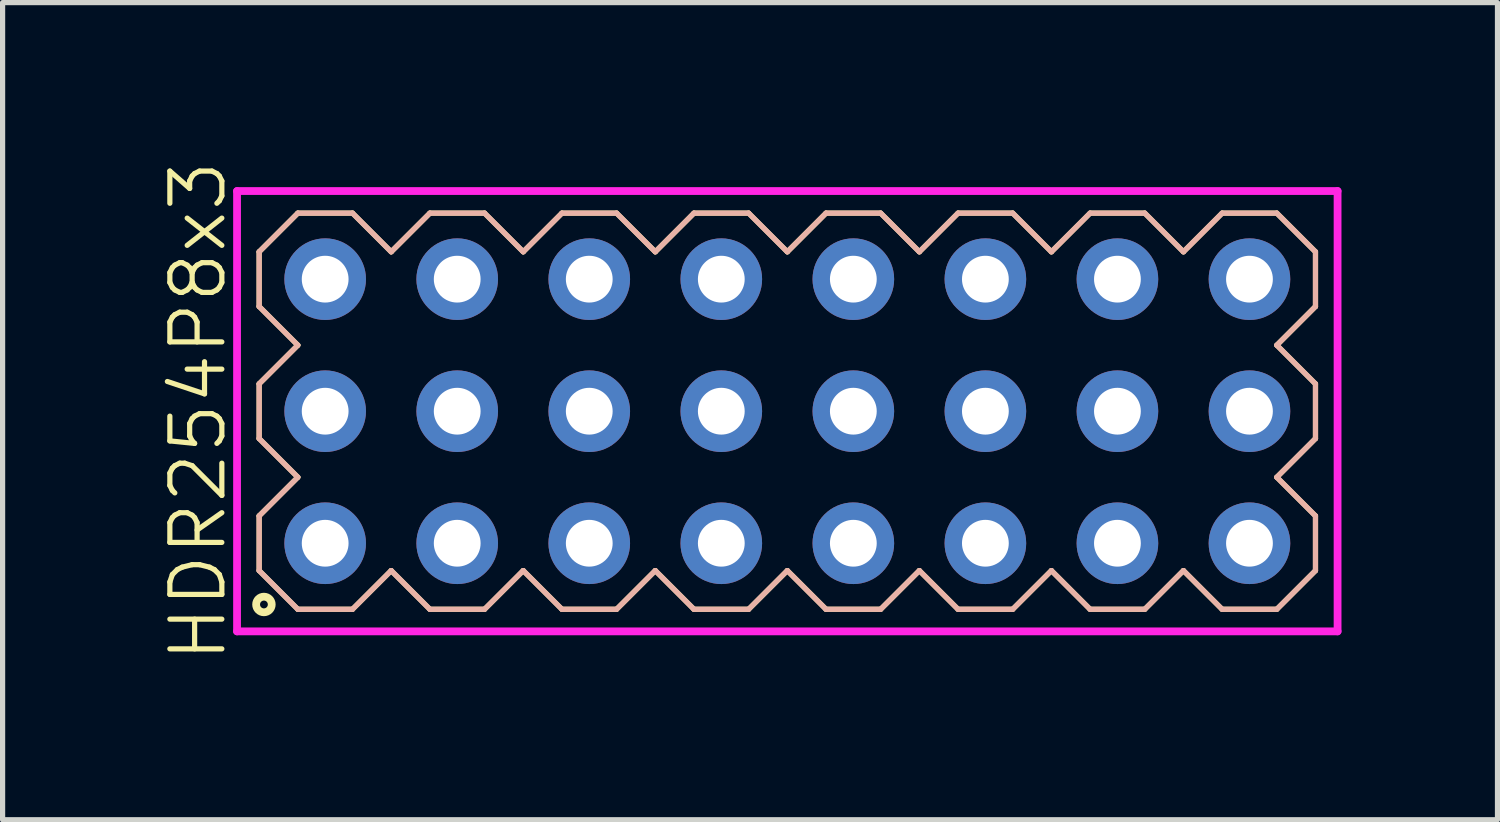
<source format=kicad_pcb>
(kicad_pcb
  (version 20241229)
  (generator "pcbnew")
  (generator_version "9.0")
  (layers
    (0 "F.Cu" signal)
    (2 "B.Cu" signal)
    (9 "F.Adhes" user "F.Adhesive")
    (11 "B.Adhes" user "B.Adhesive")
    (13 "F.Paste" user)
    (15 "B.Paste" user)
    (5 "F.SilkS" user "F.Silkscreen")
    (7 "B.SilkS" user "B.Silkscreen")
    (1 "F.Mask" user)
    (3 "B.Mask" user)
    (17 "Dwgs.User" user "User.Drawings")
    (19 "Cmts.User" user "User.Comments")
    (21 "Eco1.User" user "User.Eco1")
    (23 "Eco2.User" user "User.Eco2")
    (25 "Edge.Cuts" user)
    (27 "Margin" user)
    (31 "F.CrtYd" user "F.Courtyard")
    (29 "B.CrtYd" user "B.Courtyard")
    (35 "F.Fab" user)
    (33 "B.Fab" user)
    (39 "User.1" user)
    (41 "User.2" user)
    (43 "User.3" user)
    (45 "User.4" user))
  (footprint "HDR254P8x3"
    (layer "F.Cu")
    (at 12.095 4.86)
    (property "Reference" "HDR254P8x3" (at -11.335 0 90) (layer "F.SilkS") (effects (font (size 1 1) (thickness 0.1))))
    (attr through_hole)
    (fp_line (start -10.16 -3.066) (end -9.416 -3.81) (stroke (width 0.1) (type solid)) (layer "F.SilkS"))
    (fp_line (start -10.16 -2.014) (end -10.16 -3.066) (stroke (width 0.1) (type solid)) (layer "F.SilkS"))
    (fp_line (start -10.16 -0.526) (end -9.416 -1.27) (stroke (width 0.1) (type solid)) (layer "F.SilkS"))
    (fp_line (start -10.16 0.526) (end -10.16 -0.526) (stroke (width 0.1) (type solid)) (layer "F.SilkS"))
    (fp_line (start -10.16 2.014) (end -9.416 1.27) (stroke (width 0.1) (type solid)) (layer "F.SilkS"))
    (fp_line (start -10.16 3.066) (end -10.16 2.014) (stroke (width 0.1) (type solid)) (layer "F.SilkS"))
    (fp_line (start -9.416 -3.81) (end -8.364 -3.81) (stroke (width 0.1) (type solid)) (layer "F.SilkS"))
    (fp_line (start -9.416 -1.27) (end -10.16 -2.014) (stroke (width 0.1) (type solid)) (layer "F.SilkS"))
    (fp_line (start -9.416 1.27) (end -10.16 0.526) (stroke (width 0.1) (type solid)) (layer "F.SilkS"))
    (fp_line (start -9.416 3.81) (end -10.16 3.066) (stroke (width 0.1) (type solid)) (layer "F.SilkS"))
    (fp_line (start -8.364 -3.81) (end -7.62 -3.066) (stroke (width 0.1) (type solid)) (layer "F.SilkS"))
    (fp_line (start -8.364 3.81) (end -9.416 3.81) (stroke (width 0.1) (type solid)) (layer "F.SilkS"))
    (fp_line (start -7.62 -3.066) (end -6.876 -3.81) (stroke (width 0.1) (type solid)) (layer "F.SilkS"))
    (fp_line (start -7.62 3.066) (end -8.364 3.81) (stroke (width 0.1) (type solid)) (layer "F.SilkS"))
    (fp_line (start -6.876 -3.81) (end -5.824 -3.81) (stroke (width 0.1) (type solid)) (layer "F.SilkS"))
    (fp_line (start -6.876 3.81) (end -7.62 3.066) (stroke (width 0.1) (type solid)) (layer "F.SilkS"))
    (fp_line (start -5.824 -3.81) (end -5.08 -3.066) (stroke (width 0.1) (type solid)) (layer "F.SilkS"))
    (fp_line (start -5.824 3.81) (end -6.876 3.81) (stroke (width 0.1) (type solid)) (layer "F.SilkS"))
    (fp_line (start -5.08 -3.066) (end -4.336 -3.81) (stroke (width 0.1) (type solid)) (layer "F.SilkS"))
    (fp_line (start -5.08 3.066) (end -5.824 3.81) (stroke (width 0.1) (type solid)) (layer "F.SilkS"))
    (fp_line (start -4.336 -3.81) (end -3.284 -3.81) (stroke (width 0.1) (type solid)) (layer "F.SilkS"))
    (fp_line (start -4.336 3.81) (end -5.08 3.066) (stroke (width 0.1) (type solid)) (layer "F.SilkS"))
    (fp_line (start -3.284 -3.81) (end -2.54 -3.066) (stroke (width 0.1) (type solid)) (layer "F.SilkS"))
    (fp_line (start -3.284 3.81) (end -4.336 3.81) (stroke (width 0.1) (type solid)) (layer "F.SilkS"))
    (fp_line (start -2.54 -3.066) (end -1.796 -3.81) (stroke (width 0.1) (type solid)) (layer "F.SilkS"))
    (fp_line (start -2.54 3.066) (end -3.284 3.81) (stroke (width 0.1) (type solid)) (layer "F.SilkS"))
    (fp_line (start -1.796 -3.81) (end -0.744 -3.81) (stroke (width 0.1) (type solid)) (layer "F.SilkS"))
    (fp_line (start -1.796 3.81) (end -2.54 3.066) (stroke (width 0.1) (type solid)) (layer "F.SilkS"))
    (fp_line (start -0.744 -3.81) (end 0 -3.066) (stroke (width 0.1) (type solid)) (layer "F.SilkS"))
    (fp_line (start -0.744 3.81) (end -1.796 3.81) (stroke (width 0.1) (type solid)) (layer "F.SilkS"))
    (fp_line (start 0 -3.066) (end 0.744 -3.81) (stroke (width 0.1) (type solid)) (layer "F.SilkS"))
    (fp_line (start 0 3.066) (end -0.744 3.81) (stroke (width 0.1) (type solid)) (layer "F.SilkS"))
    (fp_line (start 0.744 -3.81) (end 1.796 -3.81) (stroke (width 0.1) (type solid)) (layer "F.SilkS"))
    (fp_line (start 0.744 3.81) (end 0 3.066) (stroke (width 0.1) (type solid)) (layer "F.SilkS"))
    (fp_line (start 1.796 -3.81) (end 2.54 -3.066) (stroke (width 0.1) (type solid)) (layer "F.SilkS"))
    (fp_line (start 1.796 3.81) (end 0.744 3.81) (stroke (width 0.1) (type solid)) (layer "F.SilkS"))
    (fp_line (start 2.54 -3.066) (end 3.284 -3.81) (stroke (width 0.1) (type solid)) (layer "F.SilkS"))
    (fp_line (start 2.54 3.066) (end 1.796 3.81) (stroke (width 0.1) (type solid)) (layer "F.SilkS"))
    (fp_line (start 3.284 -3.81) (end 4.336 -3.81) (stroke (width 0.1) (type solid)) (layer "F.SilkS"))
    (fp_line (start 3.284 3.81) (end 2.54 3.066) (stroke (width 0.1) (type solid)) (layer "F.SilkS"))
    (fp_line (start 4.336 -3.81) (end 5.08 -3.066) (stroke (width 0.1) (type solid)) (layer "F.SilkS"))
    (fp_line (start 4.336 3.81) (end 3.284 3.81) (stroke (width 0.1) (type solid)) (layer "F.SilkS"))
    (fp_line (start 5.08 -3.066) (end 5.824 -3.81) (stroke (width 0.1) (type solid)) (layer "F.SilkS"))
    (fp_line (start 5.08 3.066) (end 4.336 3.81) (stroke (width 0.1) (type solid)) (layer "F.SilkS"))
    (fp_line (start 5.824 -3.81) (end 6.876 -3.81) (stroke (width 0.1) (type solid)) (layer "F.SilkS"))
    (fp_line (start 5.824 3.81) (end 5.08 3.066) (stroke (width 0.1) (type solid)) (layer "F.SilkS"))
    (fp_line (start 6.876 -3.81) (end 7.62 -3.066) (stroke (width 0.1) (type solid)) (layer "F.SilkS"))
    (fp_line (start 6.876 3.81) (end 5.824 3.81) (stroke (width 0.1) (type solid)) (layer "F.SilkS"))
    (fp_line (start 7.62 -3.066) (end 8.364 -3.81) (stroke (width 0.1) (type solid)) (layer "F.SilkS"))
    (fp_line (start 7.62 3.066) (end 6.876 3.81) (stroke (width 0.1) (type solid)) (layer "F.SilkS"))
    (fp_line (start 8.364 -3.81) (end 9.416 -3.81) (stroke (width 0.1) (type solid)) (layer "F.SilkS"))
    (fp_line (start 8.364 3.81) (end 7.62 3.066) (stroke (width 0.1) (type solid)) (layer "F.SilkS"))
    (fp_line (start 9.416 -3.81) (end 10.16 -3.066) (stroke (width 0.1) (type solid)) (layer "F.SilkS"))
    (fp_line (start 9.416 -1.27) (end 10.16 -0.526) (stroke (width 0.1) (type solid)) (layer "F.SilkS"))
    (fp_line (start 9.416 1.27) (end 10.16 2.014) (stroke (width 0.1) (type solid)) (layer "F.SilkS"))
    (fp_line (start 9.416 3.81) (end 8.364 3.81) (stroke (width 0.1) (type solid)) (layer "F.SilkS"))
    (fp_line (start 10.16 -3.066) (end 10.16 -2.014) (stroke (width 0.1) (type solid)) (layer "F.SilkS"))
    (fp_line (start 10.16 -2.014) (end 9.416 -1.27) (stroke (width 0.1) (type solid)) (layer "F.SilkS"))
    (fp_line (start 10.16 -0.526) (end 10.16 0.526) (stroke (width 0.1) (type solid)) (layer "F.SilkS"))
    (fp_line (start 10.16 0.526) (end 9.416 1.27) (stroke (width 0.1) (type solid)) (layer "F.SilkS"))
    (fp_line (start 10.16 2.014) (end 10.16 3.066) (stroke (width 0.1) (type solid)) (layer "F.SilkS"))
    (fp_line (start 10.16 3.066) (end 9.416 3.81) (stroke (width 0.1) (type solid)) (layer "F.SilkS"))
    (fp_circle (center -10.068 3.718) (end -9.918 3.718) (stroke (width 0.15) (type solid)) (fill no) (layer "F.SilkS"))
    (fp_line (start -10.16 -3.066) (end -9.416 -3.81) (stroke (width 0.1) (type solid)) (layer "B.SilkS"))
    (fp_line (start -10.16 -2.014) (end -10.16 -3.066) (stroke (width 0.1) (type solid)) (layer "B.SilkS"))
    (fp_line (start -10.16 -0.526) (end -9.416 -1.27) (stroke (width 0.1) (type solid)) (layer "B.SilkS"))
    (fp_line (start -10.16 0.526) (end -10.16 -0.526) (stroke (width 0.1) (type solid)) (layer "B.SilkS"))
    (fp_line (start -10.16 2.014) (end -9.416 1.27) (stroke (width 0.1) (type solid)) (layer "B.SilkS"))
    (fp_line (start -10.16 3.066) (end -10.16 2.014) (stroke (width 0.1) (type solid)) (layer "B.SilkS"))
    (fp_line (start -9.416 -3.81) (end -8.364 -3.81) (stroke (width 0.1) (type solid)) (layer "B.SilkS"))
    (fp_line (start -9.416 -1.27) (end -10.16 -2.014) (stroke (width 0.1) (type solid)) (layer "B.SilkS"))
    (fp_line (start -9.416 1.27) (end -10.16 0.526) (stroke (width 0.1) (type solid)) (layer "B.SilkS"))
    (fp_line (start -9.416 3.81) (end -10.16 3.066) (stroke (width 0.1) (type solid)) (layer "B.SilkS"))
    (fp_line (start -8.364 -3.81) (end -7.62 -3.066) (stroke (width 0.1) (type solid)) (layer "B.SilkS"))
    (fp_line (start -8.364 3.81) (end -9.416 3.81) (stroke (width 0.1) (type solid)) (layer "B.SilkS"))
    (fp_line (start -7.62 -3.066) (end -6.876 -3.81) (stroke (width 0.1) (type solid)) (layer "B.SilkS"))
    (fp_line (start -7.62 3.066) (end -8.364 3.81) (stroke (width 0.1) (type solid)) (layer "B.SilkS"))
    (fp_line (start -6.876 -3.81) (end -5.824 -3.81) (stroke (width 0.1) (type solid)) (layer "B.SilkS"))
    (fp_line (start -6.876 3.81) (end -7.62 3.066) (stroke (width 0.1) (type solid)) (layer "B.SilkS"))
    (fp_line (start -5.824 -3.81) (end -5.08 -3.066) (stroke (width 0.1) (type solid)) (layer "B.SilkS"))
    (fp_line (start -5.824 3.81) (end -6.876 3.81) (stroke (width 0.1) (type solid)) (layer "B.SilkS"))
    (fp_line (start -5.08 -3.066) (end -4.336 -3.81) (stroke (width 0.1) (type solid)) (layer "B.SilkS"))
    (fp_line (start -5.08 3.066) (end -5.824 3.81) (stroke (width 0.1) (type solid)) (layer "B.SilkS"))
    (fp_line (start -4.336 -3.81) (end -3.284 -3.81) (stroke (width 0.1) (type solid)) (layer "B.SilkS"))
    (fp_line (start -4.336 3.81) (end -5.08 3.066) (stroke (width 0.1) (type solid)) (layer "B.SilkS"))
    (fp_line (start -3.284 -3.81) (end -2.54 -3.066) (stroke (width 0.1) (type solid)) (layer "B.SilkS"))
    (fp_line (start -3.284 3.81) (end -4.336 3.81) (stroke (width 0.1) (type solid)) (layer "B.SilkS"))
    (fp_line (start -2.54 -3.066) (end -1.796 -3.81) (stroke (width 0.1) (type solid)) (layer "B.SilkS"))
    (fp_line (start -2.54 3.066) (end -3.284 3.81) (stroke (width 0.1) (type solid)) (layer "B.SilkS"))
    (fp_line (start -1.796 -3.81) (end -0.744 -3.81) (stroke (width 0.1) (type solid)) (layer "B.SilkS"))
    (fp_line (start -1.796 3.81) (end -2.54 3.066) (stroke (width 0.1) (type solid)) (layer "B.SilkS"))
    (fp_line (start -0.744 -3.81) (end 0 -3.066) (stroke (width 0.1) (type solid)) (layer "B.SilkS"))
    (fp_line (start -0.744 3.81) (end -1.796 3.81) (stroke (width 0.1) (type solid)) (layer "B.SilkS"))
    (fp_line (start 0 -3.066) (end 0.744 -3.81) (stroke (width 0.1) (type solid)) (layer "B.SilkS"))
    (fp_line (start 0 3.066) (end -0.744 3.81) (stroke (width 0.1) (type solid)) (layer "B.SilkS"))
    (fp_line (start 0.744 -3.81) (end 1.796 -3.81) (stroke (width 0.1) (type solid)) (layer "B.SilkS"))
    (fp_line (start 0.744 3.81) (end 0 3.066) (stroke (width 0.1) (type solid)) (layer "B.SilkS"))
    (fp_line (start 1.796 -3.81) (end 2.54 -3.066) (stroke (width 0.1) (type solid)) (layer "B.SilkS"))
    (fp_line (start 1.796 3.81) (end 0.744 3.81) (stroke (width 0.1) (type solid)) (layer "B.SilkS"))
    (fp_line (start 2.54 -3.066) (end 3.284 -3.81) (stroke (width 0.1) (type solid)) (layer "B.SilkS"))
    (fp_line (start 2.54 3.066) (end 1.796 3.81) (stroke (width 0.1) (type solid)) (layer "B.SilkS"))
    (fp_line (start 3.284 -3.81) (end 4.336 -3.81) (stroke (width 0.1) (type solid)) (layer "B.SilkS"))
    (fp_line (start 3.284 3.81) (end 2.54 3.066) (stroke (width 0.1) (type solid)) (layer "B.SilkS"))
    (fp_line (start 4.336 -3.81) (end 5.08 -3.066) (stroke (width 0.1) (type solid)) (layer "B.SilkS"))
    (fp_line (start 4.336 3.81) (end 3.284 3.81) (stroke (width 0.1) (type solid)) (layer "B.SilkS"))
    (fp_line (start 5.08 -3.066) (end 5.824 -3.81) (stroke (width 0.1) (type solid)) (layer "B.SilkS"))
    (fp_line (start 5.08 3.066) (end 4.336 3.81) (stroke (width 0.1) (type solid)) (layer "B.SilkS"))
    (fp_line (start 5.824 -3.81) (end 6.876 -3.81) (stroke (width 0.1) (type solid)) (layer "B.SilkS"))
    (fp_line (start 5.824 3.81) (end 5.08 3.066) (stroke (width 0.1) (type solid)) (layer "B.SilkS"))
    (fp_line (start 6.876 -3.81) (end 7.62 -3.066) (stroke (width 0.1) (type solid)) (layer "B.SilkS"))
    (fp_line (start 6.876 3.81) (end 5.824 3.81) (stroke (width 0.1) (type solid)) (layer "B.SilkS"))
    (fp_line (start 7.62 -3.066) (end 8.364 -3.81) (stroke (width 0.1) (type solid)) (layer "B.SilkS"))
    (fp_line (start 7.62 3.066) (end 6.876 3.81) (stroke (width 0.1) (type solid)) (layer "B.SilkS"))
    (fp_line (start 8.364 -3.81) (end 9.416 -3.81) (stroke (width 0.1) (type solid)) (layer "B.SilkS"))
    (fp_line (start 8.364 3.81) (end 7.62 3.066) (stroke (width 0.1) (type solid)) (layer "B.SilkS"))
    (fp_line (start 9.416 -3.81) (end 10.16 -3.066) (stroke (width 0.1) (type solid)) (layer "B.SilkS"))
    (fp_line (start 9.416 -1.27) (end 10.16 -0.526) (stroke (width 0.1) (type solid)) (layer "B.SilkS"))
    (fp_line (start 9.416 1.27) (end 10.16 2.014) (stroke (width 0.1) (type solid)) (layer "B.SilkS"))
    (fp_line (start 9.416 3.81) (end 8.364 3.81) (stroke (width 0.1) (type solid)) (layer "B.SilkS"))
    (fp_line (start 10.16 -3.066) (end 10.16 -2.014) (stroke (width 0.1) (type solid)) (layer "B.SilkS"))
    (fp_line (start 10.16 -2.014) (end 9.416 -1.27) (stroke (width 0.1) (type solid)) (layer "B.SilkS"))
    (fp_line (start 10.16 -0.526) (end 10.16 0.526) (stroke (width 0.1) (type solid)) (layer "B.SilkS"))
    (fp_line (start 10.16 0.526) (end 9.416 1.27) (stroke (width 0.1) (type solid)) (layer "B.SilkS"))
    (fp_line (start 10.16 2.014) (end 10.16 3.066) (stroke (width 0.1) (type solid)) (layer "B.SilkS"))
    (fp_line (start 10.16 3.066) (end 9.416 3.81) (stroke (width 0.1) (type solid)) (layer "B.SilkS"))
    (fp_line (start -10.585 -4.235) (end -10.585 4.235) (stroke (width 0.15) (type solid)) (layer "F.CrtYd"))
    (fp_line (start -10.585 4.235) (end 10.585 4.235) (stroke (width 0.15) (type solid)) (layer "F.CrtYd"))
    (fp_line (start 10.585 -4.235) (end -10.585 -4.235) (stroke (width 0.15) (type solid)) (layer "F.CrtYd"))
    (fp_line (start 10.585 4.235) (end 10.585 -4.235) (stroke (width 0.15) (type solid)) (layer "F.CrtYd"))
    (pad "1" thru_hole oval (at -8.89 2.54) (size 1.57 1.57) (drill 0.9) (layers "*.Cu" "*.Mask"))
    (pad "2" thru_hole oval (at -8.89 0) (size 1.57 1.57) (drill 0.9) (layers "*.Cu" "*.Mask"))
    (pad "3" thru_hole oval (at -8.89 -2.54) (size 1.57 1.57) (drill 0.9) (layers "*.Cu" "*.Mask"))
    (pad "4" thru_hole oval (at -6.35 2.54) (size 1.57 1.57) (drill 0.9) (layers "*.Cu" "*.Mask"))
    (pad "5" thru_hole oval (at -6.35 0) (size 1.57 1.57) (drill 0.9) (layers "*.Cu" "*.Mask"))
    (pad "6" thru_hole oval (at -6.35 -2.54) (size 1.57 1.57) (drill 0.9) (layers "*.Cu" "*.Mask"))
    (pad "7" thru_hole oval (at -3.81 2.54) (size 1.57 1.57) (drill 0.9) (layers "*.Cu" "*.Mask"))
    (pad "8" thru_hole oval (at -3.81 0) (size 1.57 1.57) (drill 0.9) (layers "*.Cu" "*.Mask"))
    (pad "9" thru_hole oval (at -3.81 -2.54) (size 1.57 1.57) (drill 0.9) (layers "*.Cu" "*.Mask"))
    (pad "10" thru_hole oval (at -1.27 2.54) (size 1.57 1.57) (drill 0.9) (layers "*.Cu" "*.Mask"))
    (pad "11" thru_hole oval (at -1.27 0) (size 1.57 1.57) (drill 0.9) (layers "*.Cu" "*.Mask"))
    (pad "12" thru_hole oval (at -1.27 -2.54) (size 1.57 1.57) (drill 0.9) (layers "*.Cu" "*.Mask"))
    (pad "13" thru_hole oval (at 1.27 2.54) (size 1.57 1.57) (drill 0.9) (layers "*.Cu" "*.Mask"))
    (pad "14" thru_hole oval (at 1.27 0) (size 1.57 1.57) (drill 0.9) (layers "*.Cu" "*.Mask"))
    (pad "15" thru_hole oval (at 1.27 -2.54) (size 1.57 1.57) (drill 0.9) (layers "*.Cu" "*.Mask"))
    (pad "16" thru_hole oval (at 3.81 2.54) (size 1.57 1.57) (drill 0.9) (layers "*.Cu" "*.Mask"))
    (pad "17" thru_hole oval (at 3.81 0) (size 1.57 1.57) (drill 0.9) (layers "*.Cu" "*.Mask"))
    (pad "18" thru_hole oval (at 3.81 -2.54) (size 1.57 1.57) (drill 0.9) (layers "*.Cu" "*.Mask"))
    (pad "19" thru_hole oval (at 6.35 2.54) (size 1.57 1.57) (drill 0.9) (layers "*.Cu" "*.Mask"))
    (pad "20" thru_hole oval (at 6.35 0) (size 1.57 1.57) (drill 0.9) (layers "*.Cu" "*.Mask"))
    (pad "21" thru_hole oval (at 6.35 -2.54) (size 1.57 1.57) (drill 0.9) (layers "*.Cu" "*.Mask"))
    (pad "22" thru_hole oval (at 8.89 2.54) (size 1.57 1.57) (drill 0.9) (layers "*.Cu" "*.Mask"))
    (pad "23" thru_hole oval (at 8.89 0) (size 1.57 1.57) (drill 0.9) (layers "*.Cu" "*.Mask"))
    (pad "24" thru_hole oval (at 8.89 -2.54) (size 1.57 1.57) (drill 0.9) (layers "*.Cu" "*.Mask")))
  (gr_rect
    (start -3 -3)
    (end 25.756 12.719)
    (stroke (width 0.1) (type default))
    (fill no)
    (layer "Edge.Cuts")))
</source>
